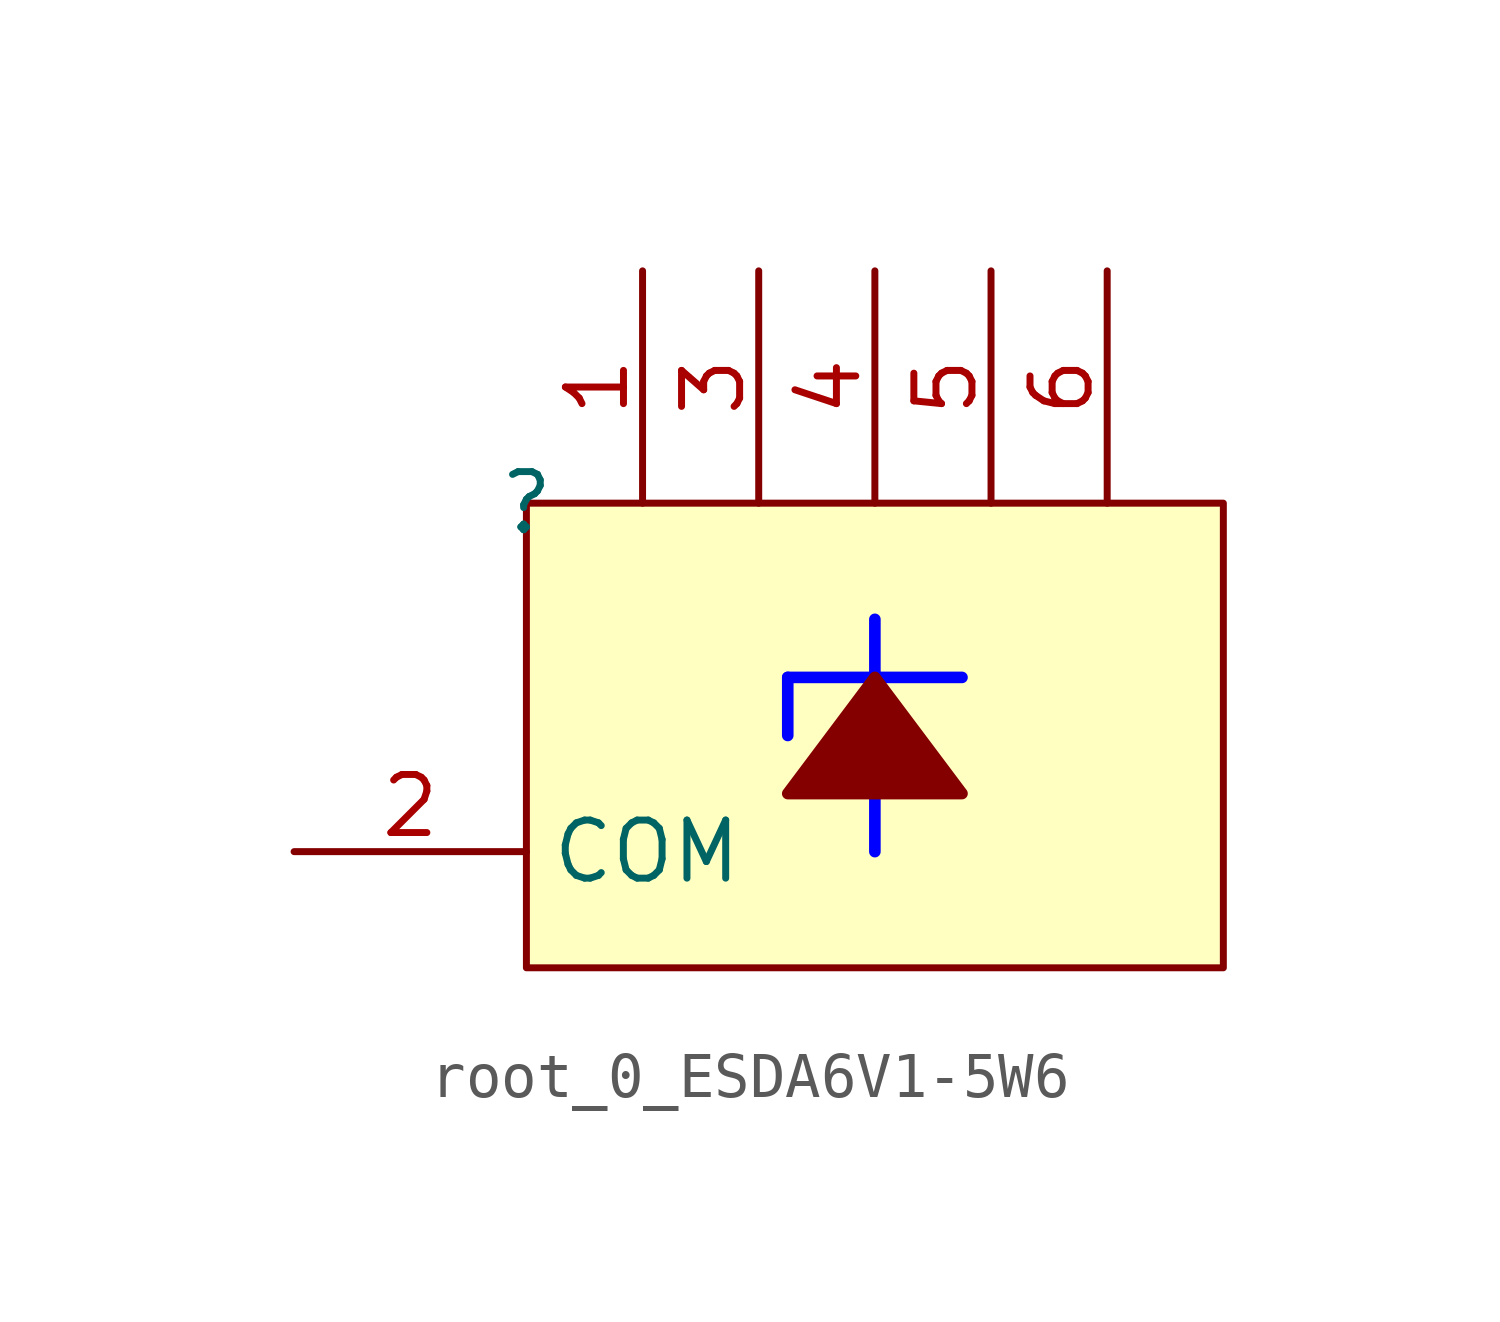
<source format=kicad_sym>
(kicad_symbol_lib
  (version 20220914)
  (generator kicad_symbol_editor)
  (symbol "root_0_ESDA6V1-5W6"
    (property "Reference" ""
      (at 0 0 0)
      (effects (font (size 1.27 1.27))))
    (property "Value" ""
      (at 0 0 0)
      (effects (font (size 1.27 1.27))))
    (symbol "root_0_ESDA6V1-5W6_1_0"
      (polyline (pts (xy 5.715 -3.81) (xy 5.715 -5.08)) (stroke (width 0.254) (type solid) (color 0 0 255 1)) (fill (type none)))
      (polyline (pts (xy 7.62 -6.35) (xy 7.62 -7.62)) (stroke (width 0.254) (type solid) (color 0 0 255 1)) (fill (type none)))
      (polyline (pts (xy 7.62 -3.81) (xy 7.62 -2.54)) (stroke (width 0.254) (type solid) (color 0 0 255 1)) (fill (type none)))
      (polyline (pts (xy 9.525 -3.81) (xy 5.715 -3.81)) (stroke (width 0.254) (type solid) (color 0 0 255 1)) (fill (type none)))
      (polyline (pts (xy 9.525 -6.35) (xy 7.62 -3.81) (xy 5.715 -6.35) (xy 9.525 -6.35)) (stroke (width 0.254) (type solid)) (fill (type outline)))
      (rectangle (start 15.24 0) (end 0 -10.16) (stroke (width 0) (type solid)) (fill (type background)))
      (pin passive line (at 2.54 5.08 270) (length 5.08) (name "TVS1" (effects (font (size 0 0)))) (number "1" (effects (font (size 1.27 1.27)))))
      (pin passive line (at -5.08 -7.62 0) (length 5.08) (name "COM" (effects (font (size 1.27 1.27)))) (number "2" (effects (font (size 1.27 1.27)))))
      (pin passive line (at 5.08 5.08 270) (length 5.08) (name "TVS2" (effects (font (size 0 0)))) (number "3" (effects (font (size 1.27 1.27)))))
      (pin passive line (at 7.62 5.08 270) (length 5.08) (name "TVS3" (effects (font (size 0 0)))) (number "4" (effects (font (size 1.27 1.27)))))
      (pin passive line (at 10.16 5.08 270) (length 5.08) (name "TVS4" (effects (font (size 0 0)))) (number "5" (effects (font (size 1.27 1.27)))))
      (pin passive line (at 12.7 5.08 270) (length 5.08) (name "TVS5" (effects (font (size 0 0)))) (number "6" (effects (font (size 1.27 1.27))))))))
</source>
